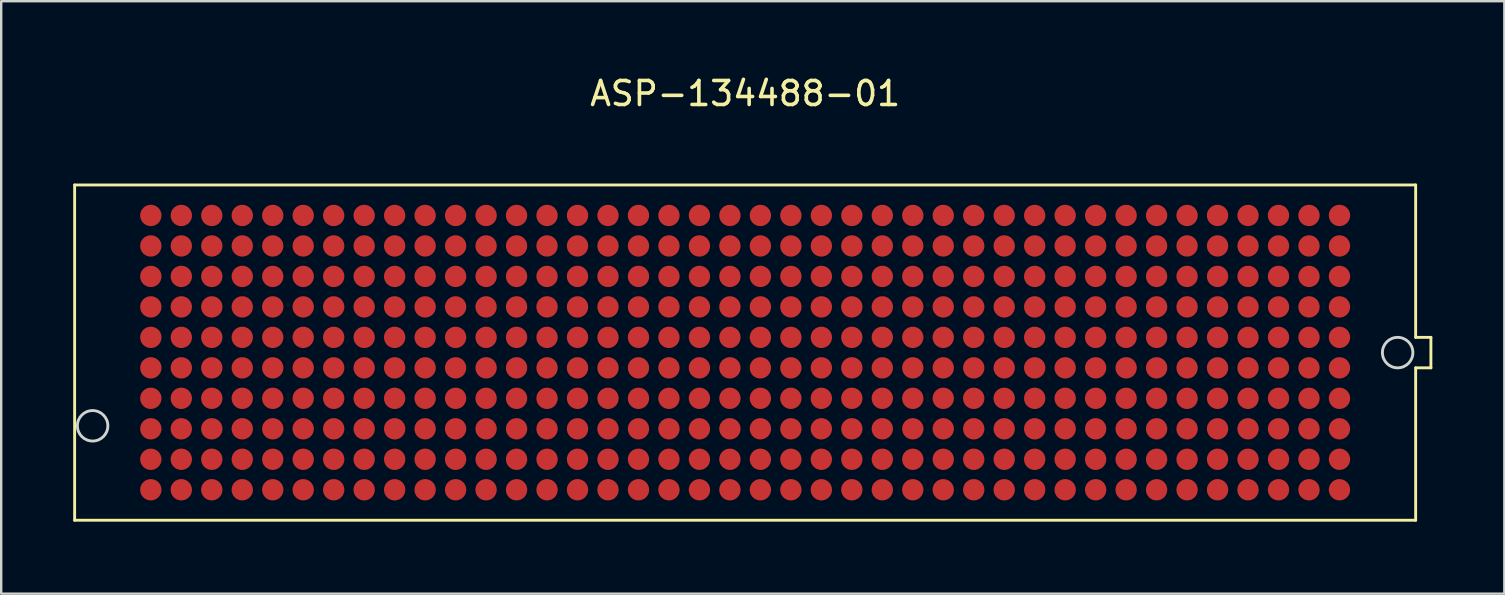
<source format=kicad_pcb>
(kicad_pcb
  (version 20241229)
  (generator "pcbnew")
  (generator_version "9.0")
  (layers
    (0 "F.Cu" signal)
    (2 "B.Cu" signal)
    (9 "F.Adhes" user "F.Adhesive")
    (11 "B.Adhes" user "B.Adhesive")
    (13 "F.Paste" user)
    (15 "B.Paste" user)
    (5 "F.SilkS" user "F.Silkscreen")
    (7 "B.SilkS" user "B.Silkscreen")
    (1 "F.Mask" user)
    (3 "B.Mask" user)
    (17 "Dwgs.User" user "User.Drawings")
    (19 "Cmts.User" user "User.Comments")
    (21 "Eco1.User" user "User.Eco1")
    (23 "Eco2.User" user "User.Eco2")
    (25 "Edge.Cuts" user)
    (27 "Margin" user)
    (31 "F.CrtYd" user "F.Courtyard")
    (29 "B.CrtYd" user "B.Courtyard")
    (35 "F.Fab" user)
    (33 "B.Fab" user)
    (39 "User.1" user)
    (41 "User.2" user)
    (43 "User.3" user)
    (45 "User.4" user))
  (footprint "ASP-134488-01"
    (layer "F.Cu")
    (at 28 11.643)
    (property "Reference" "ASP-134488-01" (at 0 -10.795 0) (layer "F.SilkS") (effects (font (size 1 1) (thickness 0.15))))
    (attr through_hole)
    (fp_line (start -27.94 -6.985) (end -27.94 6.985) (stroke (width 0.12) (type solid)) (layer "F.SilkS"))
    (fp_line (start -27.94 -6.985) (end 27.94 -6.985) (stroke (width 0.12) (type solid)) (layer "F.SilkS"))
    (fp_line (start 27.94 -0.635) (end 27.94 -6.985) (stroke (width 0.12) (type solid)) (layer "F.SilkS"))
    (fp_line (start 27.94 6.985) (end -27.94 6.985) (stroke (width 0.12) (type solid)) (layer "F.SilkS"))
    (fp_line (start 27.94 6.985) (end 27.94 0.635) (stroke (width 0.12) (type solid)) (layer "F.SilkS"))
    (fp_line (start 28.575 -0.635) (end 27.94 -0.635) (stroke (width 0.12) (type solid)) (layer "F.SilkS"))
    (fp_line (start 28.575 0.635) (end 27.94 0.635) (stroke (width 0.12) (type solid)) (layer "F.SilkS"))
    (fp_line (start 28.575 0.635) (end 28.575 -0.635) (stroke (width 0.12) (type solid)) (layer "F.SilkS"))
    (fp_circle (center -27.191 3.05) (end -26.556 3.05) (stroke (width 0.12) (type solid)) (fill no) (layer "Edge.Cuts"))
    (fp_circle (center 27.189 0) (end 27.824 0) (stroke (width 0.12) (type solid)) (fill no) (layer "Edge.Cuts"))
    (pad "A1" smd circle (at 24.765 -5.715) (size 0.89 0.89) (layers "F.Cu" "F.Mask" "F.Paste"))
    (pad "A2" smd circle (at 23.495 -5.715) (size 0.89 0.89) (layers "F.Cu" "F.Mask" "F.Paste"))
    (pad "A3" smd circle (at 22.225 -5.715) (size 0.89 0.89) (layers "F.Cu" "F.Mask" "F.Paste"))
    (pad "A4" smd circle (at 20.955 -5.715) (size 0.89 0.89) (layers "F.Cu" "F.Mask" "F.Paste"))
    (pad "A5" smd circle (at 19.685 -5.715) (size 0.89 0.89) (layers "F.Cu" "F.Mask" "F.Paste"))
    (pad "A6" smd circle (at 18.415 -5.715) (size 0.89 0.89) (layers "F.Cu" "F.Mask" "F.Paste"))
    (pad "A7" smd circle (at 17.145 -5.715) (size 0.89 0.89) (layers "F.Cu" "F.Mask" "F.Paste"))
    (pad "A8" smd circle (at 15.875 -5.715) (size 0.89 0.89) (layers "F.Cu" "F.Mask" "F.Paste"))
    (pad "A9" smd circle (at 14.605 -5.715) (size 0.89 0.89) (layers "F.Cu" "F.Mask" "F.Paste"))
    (pad "A10" smd circle (at 13.335 -5.715) (size 0.89 0.89) (layers "F.Cu" "F.Mask" "F.Paste"))
    (pad "A11" smd circle (at 12.065 -5.715) (size 0.89 0.89) (layers "F.Cu" "F.Mask" "F.Paste"))
    (pad "A12" smd circle (at 10.795 -5.715) (size 0.89 0.89) (layers "F.Cu" "F.Mask" "F.Paste"))
    (pad "A13" smd circle (at 9.525 -5.715) (size 0.89 0.89) (layers "F.Cu" "F.Mask" "F.Paste"))
    (pad "A14" smd circle (at 8.255 -5.715) (size 0.89 0.89) (layers "F.Cu" "F.Mask" "F.Paste"))
    (pad "A15" smd circle (at 6.985 -5.715) (size 0.89 0.89) (layers "F.Cu" "F.Mask" "F.Paste"))
    (pad "A16" smd circle (at 5.715 -5.715) (size 0.89 0.89) (layers "F.Cu" "F.Mask" "F.Paste"))
    (pad "A17" smd circle (at 4.445 -5.715) (size 0.89 0.89) (layers "F.Cu" "F.Mask" "F.Paste"))
    (pad "A18" smd circle (at 3.175 -5.715) (size 0.89 0.89) (layers "F.Cu" "F.Mask" "F.Paste"))
    (pad "A19" smd circle (at 1.905 -5.715) (size 0.89 0.89) (layers "F.Cu" "F.Mask" "F.Paste"))
    (pad "A20" smd circle (at 0.635 -5.715) (size 0.89 0.89) (layers "F.Cu" "F.Mask" "F.Paste"))
    (pad "A21" smd circle (at -0.635 -5.715) (size 0.89 0.89) (layers "F.Cu" "F.Mask" "F.Paste"))
    (pad "A22" smd circle (at -1.905 -5.715) (size 0.89 0.89) (layers "F.Cu" "F.Mask" "F.Paste"))
    (pad "A23" smd circle (at -3.175 -5.715) (size 0.89 0.89) (layers "F.Cu" "F.Mask" "F.Paste"))
    (pad "A24" smd circle (at -4.445 -5.715) (size 0.89 0.89) (layers "F.Cu" "F.Mask" "F.Paste"))
    (pad "A25" smd circle (at -5.715 -5.715) (size 0.89 0.89) (layers "F.Cu" "F.Mask" "F.Paste"))
    (pad "A26" smd circle (at -6.985 -5.715) (size 0.89 0.89) (layers "F.Cu" "F.Mask" "F.Paste"))
    (pad "A27" smd circle (at -8.255 -5.715) (size 0.89 0.89) (layers "F.Cu" "F.Mask" "F.Paste"))
    (pad "A28" smd circle (at -9.525 -5.715) (size 0.89 0.89) (layers "F.Cu" "F.Mask" "F.Paste"))
    (pad "A29" smd circle (at -10.795 -5.715) (size 0.89 0.89) (layers "F.Cu" "F.Mask" "F.Paste"))
    (pad "A30" smd circle (at -12.065 -5.715) (size 0.89 0.89) (layers "F.Cu" "F.Mask" "F.Paste"))
    (pad "A31" smd circle (at -13.335 -5.715) (size 0.89 0.89) (layers "F.Cu" "F.Mask" "F.Paste"))
    (pad "A32" smd circle (at -14.605 -5.715) (size 0.89 0.89) (layers "F.Cu" "F.Mask" "F.Paste"))
    (pad "A33" smd circle (at -15.875 -5.715) (size 0.89 0.89) (layers "F.Cu" "F.Mask" "F.Paste"))
    (pad "A34" smd circle (at -17.145 -5.715) (size 0.89 0.89) (layers "F.Cu" "F.Mask" "F.Paste"))
    (pad "A35" smd circle (at -18.415 -5.715) (size 0.89 0.89) (layers "F.Cu" "F.Mask" "F.Paste"))
    (pad "A36" smd circle (at -19.685 -5.715) (size 0.89 0.89) (layers "F.Cu" "F.Mask" "F.Paste"))
    (pad "A37" smd circle (at -20.955 -5.715) (size 0.89 0.89) (layers "F.Cu" "F.Mask" "F.Paste"))
    (pad "A38" smd circle (at -22.225 -5.715) (size 0.89 0.89) (layers "F.Cu" "F.Mask" "F.Paste"))
    (pad "A39" smd circle (at -23.495 -5.715) (size 0.89 0.89) (layers "F.Cu" "F.Mask" "F.Paste"))
    (pad "A40" smd circle (at -24.765 -5.715) (size 0.89 0.89) (layers "F.Cu" "F.Mask" "F.Paste"))
    (pad "B1" smd circle (at 24.765 -4.445) (size 0.89 0.89) (layers "F.Cu" "F.Mask" "F.Paste"))
    (pad "B2" smd circle (at 23.495 -4.445) (size 0.89 0.89) (layers "F.Cu" "F.Mask" "F.Paste"))
    (pad "B3" smd circle (at 22.225 -4.445) (size 0.89 0.89) (layers "F.Cu" "F.Mask" "F.Paste"))
    (pad "B4" smd circle (at 20.955 -4.445) (size 0.89 0.89) (layers "F.Cu" "F.Mask" "F.Paste"))
    (pad "B5" smd circle (at 19.685 -4.445) (size 0.89 0.89) (layers "F.Cu" "F.Mask" "F.Paste"))
    (pad "B6" smd circle (at 18.415 -4.445) (size 0.89 0.89) (layers "F.Cu" "F.Mask" "F.Paste"))
    (pad "B7" smd circle (at 17.145 -4.445) (size 0.89 0.89) (layers "F.Cu" "F.Mask" "F.Paste"))
    (pad "B8" smd circle (at 15.875 -4.445) (size 0.89 0.89) (layers "F.Cu" "F.Mask" "F.Paste"))
    (pad "B9" smd circle (at 14.605 -4.445) (size 0.89 0.89) (layers "F.Cu" "F.Mask" "F.Paste"))
    (pad "B10" smd circle (at 13.335 -4.445) (size 0.89 0.89) (layers "F.Cu" "F.Mask" "F.Paste"))
    (pad "B11" smd circle (at 12.065 -4.445) (size 0.89 0.89) (layers "F.Cu" "F.Mask" "F.Paste"))
    (pad "B12" smd circle (at 10.795 -4.445) (size 0.89 0.89) (layers "F.Cu" "F.Mask" "F.Paste"))
    (pad "B13" smd circle (at 9.525 -4.445) (size 0.89 0.89) (layers "F.Cu" "F.Mask" "F.Paste"))
    (pad "B14" smd circle (at 8.255 -4.445) (size 0.89 0.89) (layers "F.Cu" "F.Mask" "F.Paste"))
    (pad "B15" smd circle (at 6.985 -4.445) (size 0.89 0.89) (layers "F.Cu" "F.Mask" "F.Paste"))
    (pad "B16" smd circle (at 5.715 -4.445) (size 0.89 0.89) (layers "F.Cu" "F.Mask" "F.Paste"))
    (pad "B17" smd circle (at 4.445 -4.445) (size 0.89 0.89) (layers "F.Cu" "F.Mask" "F.Paste"))
    (pad "B18" smd circle (at 3.175 -4.445) (size 0.89 0.89) (layers "F.Cu" "F.Mask" "F.Paste"))
    (pad "B19" smd circle (at 1.905 -4.445) (size 0.89 0.89) (layers "F.Cu" "F.Mask" "F.Paste"))
    (pad "B20" smd circle (at 0.635 -4.445) (size 0.89 0.89) (layers "F.Cu" "F.Mask" "F.Paste"))
    (pad "B21" smd circle (at -0.635 -4.445) (size 0.89 0.89) (layers "F.Cu" "F.Mask" "F.Paste"))
    (pad "B22" smd circle (at -1.905 -4.445) (size 0.89 0.89) (layers "F.Cu" "F.Mask" "F.Paste"))
    (pad "B23" smd circle (at -3.175 -4.445) (size 0.89 0.89) (layers "F.Cu" "F.Mask" "F.Paste"))
    (pad "B24" smd circle (at -4.445 -4.445) (size 0.89 0.89) (layers "F.Cu" "F.Mask" "F.Paste"))
    (pad "B25" smd circle (at -5.715 -4.445) (size 0.89 0.89) (layers "F.Cu" "F.Mask" "F.Paste"))
    (pad "B26" smd circle (at -6.985 -4.445) (size 0.89 0.89) (layers "F.Cu" "F.Mask" "F.Paste"))
    (pad "B27" smd circle (at -8.255 -4.445) (size 0.89 0.89) (layers "F.Cu" "F.Mask" "F.Paste"))
    (pad "B28" smd circle (at -9.525 -4.445) (size 0.89 0.89) (layers "F.Cu" "F.Mask" "F.Paste"))
    (pad "B29" smd circle (at -10.795 -4.445) (size 0.89 0.89) (layers "F.Cu" "F.Mask" "F.Paste"))
    (pad "B30" smd circle (at -12.065 -4.445) (size 0.89 0.89) (layers "F.Cu" "F.Mask" "F.Paste"))
    (pad "B31" smd circle (at -13.335 -4.445) (size 0.89 0.89) (layers "F.Cu" "F.Mask" "F.Paste"))
    (pad "B32" smd circle (at -14.605 -4.445) (size 0.89 0.89) (layers "F.Cu" "F.Mask" "F.Paste"))
    (pad "B33" smd circle (at -15.875 -4.445) (size 0.89 0.89) (layers "F.Cu" "F.Mask" "F.Paste"))
    (pad "B34" smd circle (at -17.145 -4.445) (size 0.89 0.89) (layers "F.Cu" "F.Mask" "F.Paste"))
    (pad "B35" smd circle (at -18.415 -4.445) (size 0.89 0.89) (layers "F.Cu" "F.Mask" "F.Paste"))
    (pad "B36" smd circle (at -19.685 -4.445) (size 0.89 0.89) (layers "F.Cu" "F.Mask" "F.Paste"))
    (pad "B37" smd circle (at -20.955 -4.445) (size 0.89 0.89) (layers "F.Cu" "F.Mask" "F.Paste"))
    (pad "B38" smd circle (at -22.225 -4.445) (size 0.89 0.89) (layers "F.Cu" "F.Mask" "F.Paste"))
    (pad "B39" smd circle (at -23.495 -4.445) (size 0.89 0.89) (layers "F.Cu" "F.Mask" "F.Paste"))
    (pad "B40" smd circle (at -24.765 -4.445) (size 0.89 0.89) (layers "F.Cu" "F.Mask" "F.Paste"))
    (pad "C1" smd circle (at 24.765 -3.175) (size 0.89 0.89) (layers "F.Cu" "F.Mask" "F.Paste"))
    (pad "C2" smd circle (at 23.495 -3.175) (size 0.89 0.89) (layers "F.Cu" "F.Mask" "F.Paste"))
    (pad "C3" smd circle (at 22.225 -3.175) (size 0.89 0.89) (layers "F.Cu" "F.Mask" "F.Paste"))
    (pad "C4" smd circle (at 20.955 -3.175) (size 0.89 0.89) (layers "F.Cu" "F.Mask" "F.Paste"))
    (pad "C5" smd circle (at 19.685 -3.175) (size 0.89 0.89) (layers "F.Cu" "F.Mask" "F.Paste"))
    (pad "C6" smd circle (at 18.415 -3.175) (size 0.89 0.89) (layers "F.Cu" "F.Mask" "F.Paste"))
    (pad "C7" smd circle (at 17.145 -3.175) (size 0.89 0.89) (layers "F.Cu" "F.Mask" "F.Paste"))
    (pad "C8" smd circle (at 15.875 -3.175) (size 0.89 0.89) (layers "F.Cu" "F.Mask" "F.Paste"))
    (pad "C9" smd circle (at 14.605 -3.175) (size 0.89 0.89) (layers "F.Cu" "F.Mask" "F.Paste"))
    (pad "C10" smd circle (at 13.335 -3.175) (size 0.89 0.89) (layers "F.Cu" "F.Mask" "F.Paste"))
    (pad "C11" smd circle (at 12.065 -3.175) (size 0.89 0.89) (layers "F.Cu" "F.Mask" "F.Paste"))
    (pad "C12" smd circle (at 10.795 -3.175) (size 0.89 0.89) (layers "F.Cu" "F.Mask" "F.Paste"))
    (pad "C13" smd circle (at 9.525 -3.175) (size 0.89 0.89) (layers "F.Cu" "F.Mask" "F.Paste"))
    (pad "C14" smd circle (at 8.255 -3.175) (size 0.89 0.89) (layers "F.Cu" "F.Mask" "F.Paste"))
    (pad "C15" smd circle (at 6.985 -3.175) (size 0.89 0.89) (layers "F.Cu" "F.Mask" "F.Paste"))
    (pad "C16" smd circle (at 5.715 -3.175) (size 0.89 0.89) (layers "F.Cu" "F.Mask" "F.Paste"))
    (pad "C17" smd circle (at 4.445 -3.175) (size 0.89 0.89) (layers "F.Cu" "F.Mask" "F.Paste"))
    (pad "C18" smd circle (at 3.175 -3.175) (size 0.89 0.89) (layers "F.Cu" "F.Mask" "F.Paste"))
    (pad "C19" smd circle (at 1.905 -3.175) (size 0.89 0.89) (layers "F.Cu" "F.Mask" "F.Paste"))
    (pad "C20" smd circle (at 0.635 -3.175) (size 0.89 0.89) (layers "F.Cu" "F.Mask" "F.Paste"))
    (pad "C21" smd circle (at -0.635 -3.175) (size 0.89 0.89) (layers "F.Cu" "F.Mask" "F.Paste"))
    (pad "C22" smd circle (at -1.905 -3.175) (size 0.89 0.89) (layers "F.Cu" "F.Mask" "F.Paste"))
    (pad "C23" smd circle (at -3.175 -3.175) (size 0.89 0.89) (layers "F.Cu" "F.Mask" "F.Paste"))
    (pad "C24" smd circle (at -4.445 -3.175) (size 0.89 0.89) (layers "F.Cu" "F.Mask" "F.Paste"))
    (pad "C25" smd circle (at -5.715 -3.175) (size 0.89 0.89) (layers "F.Cu" "F.Mask" "F.Paste"))
    (pad "C26" smd circle (at -6.985 -3.175) (size 0.89 0.89) (layers "F.Cu" "F.Mask" "F.Paste"))
    (pad "C27" smd circle (at -8.255 -3.175) (size 0.89 0.89) (layers "F.Cu" "F.Mask" "F.Paste"))
    (pad "C28" smd circle (at -9.525 -3.175) (size 0.89 0.89) (layers "F.Cu" "F.Mask" "F.Paste"))
    (pad "C29" smd circle (at -10.795 -3.175) (size 0.89 0.89) (layers "F.Cu" "F.Mask" "F.Paste"))
    (pad "C30" smd circle (at -12.065 -3.175) (size 0.89 0.89) (layers "F.Cu" "F.Mask" "F.Paste"))
    (pad "C31" smd circle (at -13.335 -3.175) (size 0.89 0.89) (layers "F.Cu" "F.Mask" "F.Paste"))
    (pad "C32" smd circle (at -14.605 -3.175) (size 0.89 0.89) (layers "F.Cu" "F.Mask" "F.Paste"))
    (pad "C33" smd circle (at -15.875 -3.175) (size 0.89 0.89) (layers "F.Cu" "F.Mask" "F.Paste"))
    (pad "C34" smd circle (at -17.145 -3.175) (size 0.89 0.89) (layers "F.Cu" "F.Mask" "F.Paste"))
    (pad "C35" smd circle (at -18.415 -3.175) (size 0.89 0.89) (layers "F.Cu" "F.Mask" "F.Paste"))
    (pad "C36" smd circle (at -19.685 -3.175) (size 0.89 0.89) (layers "F.Cu" "F.Mask" "F.Paste"))
    (pad "C37" smd circle (at -20.955 -3.175) (size 0.89 0.89) (layers "F.Cu" "F.Mask" "F.Paste"))
    (pad "C38" smd circle (at -22.225 -3.175) (size 0.89 0.89) (layers "F.Cu" "F.Mask" "F.Paste"))
    (pad "C39" smd circle (at -23.495 -3.175) (size 0.89 0.89) (layers "F.Cu" "F.Mask" "F.Paste"))
    (pad "C40" smd circle (at -24.765 -3.175) (size 0.89 0.89) (layers "F.Cu" "F.Mask" "F.Paste"))
    (pad "D1" smd circle (at 24.765 -1.905) (size 0.89 0.89) (layers "F.Cu" "F.Mask" "F.Paste"))
    (pad "D2" smd circle (at 23.495 -1.905) (size 0.89 0.89) (layers "F.Cu" "F.Mask" "F.Paste"))
    (pad "D3" smd circle (at 22.225 -1.905) (size 0.89 0.89) (layers "F.Cu" "F.Mask" "F.Paste"))
    (pad "D4" smd circle (at 20.955 -1.905) (size 0.89 0.89) (layers "F.Cu" "F.Mask" "F.Paste"))
    (pad "D5" smd circle (at 19.685 -1.905) (size 0.89 0.89) (layers "F.Cu" "F.Mask" "F.Paste"))
    (pad "D6" smd circle (at 18.415 -1.905) (size 0.89 0.89) (layers "F.Cu" "F.Mask" "F.Paste"))
    (pad "D7" smd circle (at 17.145 -1.905) (size 0.89 0.89) (layers "F.Cu" "F.Mask" "F.Paste"))
    (pad "D8" smd circle (at 15.875 -1.905) (size 0.89 0.89) (layers "F.Cu" "F.Mask" "F.Paste"))
    (pad "D9" smd circle (at 14.605 -1.905) (size 0.89 0.89) (layers "F.Cu" "F.Mask" "F.Paste"))
    (pad "D10" smd circle (at 13.335 -1.905) (size 0.89 0.89) (layers "F.Cu" "F.Mask" "F.Paste"))
    (pad "D11" smd circle (at 12.065 -1.905) (size 0.89 0.89) (layers "F.Cu" "F.Mask" "F.Paste"))
    (pad "D12" smd circle (at 10.795 -1.905) (size 0.89 0.89) (layers "F.Cu" "F.Mask" "F.Paste"))
    (pad "D13" smd circle (at 9.525 -1.905) (size 0.89 0.89) (layers "F.Cu" "F.Mask" "F.Paste"))
    (pad "D14" smd circle (at 8.255 -1.905) (size 0.89 0.89) (layers "F.Cu" "F.Mask" "F.Paste"))
    (pad "D15" smd circle (at 6.985 -1.905) (size 0.89 0.89) (layers "F.Cu" "F.Mask" "F.Paste"))
    (pad "D16" smd circle (at 5.715 -1.905) (size 0.89 0.89) (layers "F.Cu" "F.Mask" "F.Paste"))
    (pad "D17" smd circle (at 4.445 -1.905) (size 0.89 0.89) (layers "F.Cu" "F.Mask" "F.Paste"))
    (pad "D18" smd circle (at 3.175 -1.905) (size 0.89 0.89) (layers "F.Cu" "F.Mask" "F.Paste"))
    (pad "D19" smd circle (at 1.905 -1.905) (size 0.89 0.89) (layers "F.Cu" "F.Mask" "F.Paste"))
    (pad "D20" smd circle (at 0.635 -1.905) (size 0.89 0.89) (layers "F.Cu" "F.Mask" "F.Paste"))
    (pad "D21" smd circle (at -0.635 -1.905) (size 0.89 0.89) (layers "F.Cu" "F.Mask" "F.Paste"))
    (pad "D22" smd circle (at -1.905 -1.905) (size 0.89 0.89) (layers "F.Cu" "F.Mask" "F.Paste"))
    (pad "D23" smd circle (at -3.175 -1.905) (size 0.89 0.89) (layers "F.Cu" "F.Mask" "F.Paste"))
    (pad "D24" smd circle (at -4.445 -1.905) (size 0.89 0.89) (layers "F.Cu" "F.Mask" "F.Paste"))
    (pad "D25" smd circle (at -5.715 -1.905) (size 0.89 0.89) (layers "F.Cu" "F.Mask" "F.Paste"))
    (pad "D26" smd circle (at -6.985 -1.905) (size 0.89 0.89) (layers "F.Cu" "F.Mask" "F.Paste"))
    (pad "D27" smd circle (at -8.255 -1.905) (size 0.89 0.89) (layers "F.Cu" "F.Mask" "F.Paste"))
    (pad "D28" smd circle (at -9.525 -1.905) (size 0.89 0.89) (layers "F.Cu" "F.Mask" "F.Paste"))
    (pad "D29" smd circle (at -10.795 -1.905) (size 0.89 0.89) (layers "F.Cu" "F.Mask" "F.Paste"))
    (pad "D30" smd circle (at -12.065 -1.905) (size 0.89 0.89) (layers "F.Cu" "F.Mask" "F.Paste"))
    (pad "D31" smd circle (at -13.335 -1.905) (size 0.89 0.89) (layers "F.Cu" "F.Mask" "F.Paste"))
    (pad "D32" smd circle (at -14.605 -1.905) (size 0.89 0.89) (layers "F.Cu" "F.Mask" "F.Paste"))
    (pad "D33" smd circle (at -15.875 -1.905) (size 0.89 0.89) (layers "F.Cu" "F.Mask" "F.Paste"))
    (pad "D34" smd circle (at -17.145 -1.905) (size 0.89 0.89) (layers "F.Cu" "F.Mask" "F.Paste"))
    (pad "D35" smd circle (at -18.415 -1.905) (size 0.89 0.89) (layers "F.Cu" "F.Mask" "F.Paste"))
    (pad "D36" smd circle (at -19.685 -1.905) (size 0.89 0.89) (layers "F.Cu" "F.Mask" "F.Paste"))
    (pad "D37" smd circle (at -20.955 -1.905) (size 0.89 0.89) (layers "F.Cu" "F.Mask" "F.Paste"))
    (pad "D38" smd circle (at -22.225 -1.905) (size 0.89 0.89) (layers "F.Cu" "F.Mask" "F.Paste"))
    (pad "D39" smd circle (at -23.495 -1.905) (size 0.89 0.89) (layers "F.Cu" "F.Mask" "F.Paste"))
    (pad "D40" smd circle (at -24.765 -1.905) (size 0.89 0.89) (layers "F.Cu" "F.Mask" "F.Paste"))
    (pad "E1" smd circle (at 24.765 -0.635) (size 0.89 0.89) (layers "F.Cu" "F.Mask" "F.Paste"))
    (pad "E2" smd circle (at 23.495 -0.635) (size 0.89 0.89) (layers "F.Cu" "F.Mask" "F.Paste"))
    (pad "E3" smd circle (at 22.225 -0.635) (size 0.89 0.89) (layers "F.Cu" "F.Mask" "F.Paste"))
    (pad "E4" smd circle (at 20.955 -0.635) (size 0.89 0.89) (layers "F.Cu" "F.Mask" "F.Paste"))
    (pad "E5" smd circle (at 19.685 -0.635) (size 0.89 0.89) (layers "F.Cu" "F.Mask" "F.Paste"))
    (pad "E6" smd circle (at 18.415 -0.635) (size 0.89 0.89) (layers "F.Cu" "F.Mask" "F.Paste"))
    (pad "E7" smd circle (at 17.145 -0.635) (size 0.89 0.89) (layers "F.Cu" "F.Mask" "F.Paste"))
    (pad "E8" smd circle (at 15.875 -0.635) (size 0.89 0.89) (layers "F.Cu" "F.Mask" "F.Paste"))
    (pad "E9" smd circle (at 14.605 -0.635) (size 0.89 0.89) (layers "F.Cu" "F.Mask" "F.Paste"))
    (pad "E10" smd circle (at 13.335 -0.635) (size 0.89 0.89) (layers "F.Cu" "F.Mask" "F.Paste"))
    (pad "E11" smd circle (at 12.065 -0.635) (size 0.89 0.89) (layers "F.Cu" "F.Mask" "F.Paste"))
    (pad "E12" smd circle (at 10.795 -0.635) (size 0.89 0.89) (layers "F.Cu" "F.Mask" "F.Paste"))
    (pad "E13" smd circle (at 9.525 -0.635) (size 0.89 0.89) (layers "F.Cu" "F.Mask" "F.Paste"))
    (pad "E14" smd circle (at 8.255 -0.635) (size 0.89 0.89) (layers "F.Cu" "F.Mask" "F.Paste"))
    (pad "E15" smd circle (at 6.985 -0.635) (size 0.89 0.89) (layers "F.Cu" "F.Mask" "F.Paste"))
    (pad "E16" smd circle (at 5.715 -0.635) (size 0.89 0.89) (layers "F.Cu" "F.Mask" "F.Paste"))
    (pad "E17" smd circle (at 4.445 -0.635) (size 0.89 0.89) (layers "F.Cu" "F.Mask" "F.Paste"))
    (pad "E18" smd circle (at 3.175 -0.635) (size 0.89 0.89) (layers "F.Cu" "F.Mask" "F.Paste"))
    (pad "E19" smd circle (at 1.905 -0.635) (size 0.89 0.89) (layers "F.Cu" "F.Mask" "F.Paste"))
    (pad "E20" smd circle (at 0.635 -0.635) (size 0.89 0.89) (layers "F.Cu" "F.Mask" "F.Paste"))
    (pad "E21" smd circle (at -0.635 -0.635) (size 0.89 0.89) (layers "F.Cu" "F.Mask" "F.Paste"))
    (pad "E22" smd circle (at -1.905 -0.635) (size 0.89 0.89) (layers "F.Cu" "F.Mask" "F.Paste"))
    (pad "E23" smd circle (at -3.175 -0.635) (size 0.89 0.89) (layers "F.Cu" "F.Mask" "F.Paste"))
    (pad "E24" smd circle (at -4.445 -0.635) (size 0.89 0.89) (layers "F.Cu" "F.Mask" "F.Paste"))
    (pad "E25" smd circle (at -5.715 -0.635) (size 0.89 0.89) (layers "F.Cu" "F.Mask" "F.Paste"))
    (pad "E26" smd circle (at -6.985 -0.635) (size 0.89 0.89) (layers "F.Cu" "F.Mask" "F.Paste"))
    (pad "E27" smd circle (at -8.255 -0.635) (size 0.89 0.89) (layers "F.Cu" "F.Mask" "F.Paste"))
    (pad "E28" smd circle (at -9.525 -0.635) (size 0.89 0.89) (layers "F.Cu" "F.Mask" "F.Paste"))
    (pad "E29" smd circle (at -10.795 -0.635) (size 0.89 0.89) (layers "F.Cu" "F.Mask" "F.Paste"))
    (pad "E30" smd circle (at -12.065 -0.635) (size 0.89 0.89) (layers "F.Cu" "F.Mask" "F.Paste"))
    (pad "E31" smd circle (at -13.335 -0.635) (size 0.89 0.89) (layers "F.Cu" "F.Mask" "F.Paste"))
    (pad "E32" smd circle (at -14.605 -0.635) (size 0.89 0.89) (layers "F.Cu" "F.Mask" "F.Paste"))
    (pad "E33" smd circle (at -15.875 -0.635) (size 0.89 0.89) (layers "F.Cu" "F.Mask" "F.Paste"))
    (pad "E34" smd circle (at -17.145 -0.635) (size 0.89 0.89) (layers "F.Cu" "F.Mask" "F.Paste"))
    (pad "E35" smd circle (at -18.415 -0.635) (size 0.89 0.89) (layers "F.Cu" "F.Mask" "F.Paste"))
    (pad "E36" smd circle (at -19.685 -0.635) (size 0.89 0.89) (layers "F.Cu" "F.Mask" "F.Paste"))
    (pad "E37" smd circle (at -20.955 -0.635) (size 0.89 0.89) (layers "F.Cu" "F.Mask" "F.Paste"))
    (pad "E38" smd circle (at -22.225 -0.635) (size 0.89 0.89) (layers "F.Cu" "F.Mask" "F.Paste"))
    (pad "E39" smd circle (at -23.495 -0.635) (size 0.89 0.89) (layers "F.Cu" "F.Mask" "F.Paste"))
    (pad "E40" smd circle (at -24.765 -0.635) (size 0.89 0.89) (layers "F.Cu" "F.Mask" "F.Paste"))
    (pad "F1" smd circle (at 24.765 0.635) (size 0.89 0.89) (layers "F.Cu" "F.Mask" "F.Paste"))
    (pad "F2" smd circle (at 23.495 0.635) (size 0.89 0.89) (layers "F.Cu" "F.Mask" "F.Paste"))
    (pad "F3" smd circle (at 22.225 0.635) (size 0.89 0.89) (layers "F.Cu" "F.Mask" "F.Paste"))
    (pad "F4" smd circle (at 20.955 0.635) (size 0.89 0.89) (layers "F.Cu" "F.Mask" "F.Paste"))
    (pad "F5" smd circle (at 19.685 0.635) (size 0.89 0.89) (layers "F.Cu" "F.Mask" "F.Paste"))
    (pad "F6" smd circle (at 18.415 0.635) (size 0.89 0.89) (layers "F.Cu" "F.Mask" "F.Paste"))
    (pad "F7" smd circle (at 17.145 0.635) (size 0.89 0.89) (layers "F.Cu" "F.Mask" "F.Paste"))
    (pad "F8" smd circle (at 15.875 0.635) (size 0.89 0.89) (layers "F.Cu" "F.Mask" "F.Paste"))
    (pad "F9" smd circle (at 14.605 0.635) (size 0.89 0.89) (layers "F.Cu" "F.Mask" "F.Paste"))
    (pad "F10" smd circle (at 13.335 0.635) (size 0.89 0.89) (layers "F.Cu" "F.Mask" "F.Paste"))
    (pad "F11" smd circle (at 12.065 0.635) (size 0.89 0.89) (layers "F.Cu" "F.Mask" "F.Paste"))
    (pad "F12" smd circle (at 10.795 0.635) (size 0.89 0.89) (layers "F.Cu" "F.Mask" "F.Paste"))
    (pad "F13" smd circle (at 9.525 0.635) (size 0.89 0.89) (layers "F.Cu" "F.Mask" "F.Paste"))
    (pad "F14" smd circle (at 8.255 0.635) (size 0.89 0.89) (layers "F.Cu" "F.Mask" "F.Paste"))
    (pad "F15" smd circle (at 6.985 0.635) (size 0.89 0.89) (layers "F.Cu" "F.Mask" "F.Paste"))
    (pad "F16" smd circle (at 5.715 0.635) (size 0.89 0.89) (layers "F.Cu" "F.Mask" "F.Paste"))
    (pad "F17" smd circle (at 4.445 0.635) (size 0.89 0.89) (layers "F.Cu" "F.Mask" "F.Paste"))
    (pad "F18" smd circle (at 3.175 0.635) (size 0.89 0.89) (layers "F.Cu" "F.Mask" "F.Paste"))
    (pad "F19" smd circle (at 1.905 0.635) (size 0.89 0.89) (layers "F.Cu" "F.Mask" "F.Paste"))
    (pad "F20" smd circle (at 0.635 0.635) (size 0.89 0.89) (layers "F.Cu" "F.Mask" "F.Paste"))
    (pad "F21" smd circle (at -0.635 0.635) (size 0.89 0.89) (layers "F.Cu" "F.Mask" "F.Paste"))
    (pad "F22" smd circle (at -1.905 0.635) (size 0.89 0.89) (layers "F.Cu" "F.Mask" "F.Paste"))
    (pad "F23" smd circle (at -3.175 0.635) (size 0.89 0.89) (layers "F.Cu" "F.Mask" "F.Paste"))
    (pad "F24" smd circle (at -4.445 0.635) (size 0.89 0.89) (layers "F.Cu" "F.Mask" "F.Paste"))
    (pad "F25" smd circle (at -5.715 0.635) (size 0.89 0.89) (layers "F.Cu" "F.Mask" "F.Paste"))
    (pad "F26" smd circle (at -6.985 0.635) (size 0.89 0.89) (layers "F.Cu" "F.Mask" "F.Paste"))
    (pad "F27" smd circle (at -8.255 0.635) (size 0.89 0.89) (layers "F.Cu" "F.Mask" "F.Paste"))
    (pad "F28" smd circle (at -9.525 0.635) (size 0.89 0.89) (layers "F.Cu" "F.Mask" "F.Paste"))
    (pad "F29" smd circle (at -10.795 0.635) (size 0.89 0.89) (layers "F.Cu" "F.Mask" "F.Paste"))
    (pad "F30" smd circle (at -12.065 0.635) (size 0.89 0.89) (layers "F.Cu" "F.Mask" "F.Paste"))
    (pad "F31" smd circle (at -13.335 0.635) (size 0.89 0.89) (layers "F.Cu" "F.Mask" "F.Paste"))
    (pad "F32" smd circle (at -14.605 0.635) (size 0.89 0.89) (layers "F.Cu" "F.Mask" "F.Paste"))
    (pad "F33" smd circle (at -15.875 0.635) (size 0.89 0.89) (layers "F.Cu" "F.Mask" "F.Paste"))
    (pad "F34" smd circle (at -17.145 0.635) (size 0.89 0.89) (layers "F.Cu" "F.Mask" "F.Paste"))
    (pad "F35" smd circle (at -18.415 0.635) (size 0.89 0.89) (layers "F.Cu" "F.Mask" "F.Paste"))
    (pad "F36" smd circle (at -19.685 0.635) (size 0.89 0.89) (layers "F.Cu" "F.Mask" "F.Paste"))
    (pad "F37" smd circle (at -20.955 0.635) (size 0.89 0.89) (layers "F.Cu" "F.Mask" "F.Paste"))
    (pad "F38" smd circle (at -22.225 0.635) (size 0.89 0.89) (layers "F.Cu" "F.Mask" "F.Paste"))
    (pad "F39" smd circle (at -23.495 0.635) (size 0.89 0.89) (layers "F.Cu" "F.Mask" "F.Paste"))
    (pad "F40" smd circle (at -24.765 0.635) (size 0.89 0.89) (layers "F.Cu" "F.Mask" "F.Paste"))
    (pad "G1" smd circle (at 24.765 1.905) (size 0.89 0.89) (layers "F.Cu" "F.Mask" "F.Paste"))
    (pad "G2" smd circle (at 23.495 1.905) (size 0.89 0.89) (layers "F.Cu" "F.Mask" "F.Paste"))
    (pad "G3" smd circle (at 22.225 1.905) (size 0.89 0.89) (layers "F.Cu" "F.Mask" "F.Paste"))
    (pad "G4" smd circle (at 20.955 1.905) (size 0.89 0.89) (layers "F.Cu" "F.Mask" "F.Paste"))
    (pad "G5" smd circle (at 19.685 1.905) (size 0.89 0.89) (layers "F.Cu" "F.Mask" "F.Paste"))
    (pad "G6" smd circle (at 18.415 1.905) (size 0.89 0.89) (layers "F.Cu" "F.Mask" "F.Paste"))
    (pad "G7" smd circle (at 17.145 1.905) (size 0.89 0.89) (layers "F.Cu" "F.Mask" "F.Paste"))
    (pad "G8" smd circle (at 15.875 1.905) (size 0.89 0.89) (layers "F.Cu" "F.Mask" "F.Paste"))
    (pad "G9" smd circle (at 14.605 1.905) (size 0.89 0.89) (layers "F.Cu" "F.Mask" "F.Paste"))
    (pad "G10" smd circle (at 13.335 1.905) (size 0.89 0.89) (layers "F.Cu" "F.Mask" "F.Paste"))
    (pad "G11" smd circle (at 12.065 1.905) (size 0.89 0.89) (layers "F.Cu" "F.Mask" "F.Paste"))
    (pad "G12" smd circle (at 10.795 1.905) (size 0.89 0.89) (layers "F.Cu" "F.Mask" "F.Paste"))
    (pad "G13" smd circle (at 9.525 1.905) (size 0.89 0.89) (layers "F.Cu" "F.Mask" "F.Paste"))
    (pad "G14" smd circle (at 8.255 1.905) (size 0.89 0.89) (layers "F.Cu" "F.Mask" "F.Paste"))
    (pad "G15" smd circle (at 6.985 1.905) (size 0.89 0.89) (layers "F.Cu" "F.Mask" "F.Paste"))
    (pad "G16" smd circle (at 5.715 1.905) (size 0.89 0.89) (layers "F.Cu" "F.Mask" "F.Paste"))
    (pad "G17" smd circle (at 4.445 1.905) (size 0.89 0.89) (layers "F.Cu" "F.Mask" "F.Paste"))
    (pad "G18" smd circle (at 3.175 1.905) (size 0.89 0.89) (layers "F.Cu" "F.Mask" "F.Paste"))
    (pad "G19" smd circle (at 1.905 1.905) (size 0.89 0.89) (layers "F.Cu" "F.Mask" "F.Paste"))
    (pad "G20" smd circle (at 0.635 1.905) (size 0.89 0.89) (layers "F.Cu" "F.Mask" "F.Paste"))
    (pad "G21" smd circle (at -0.635 1.905) (size 0.89 0.89) (layers "F.Cu" "F.Mask" "F.Paste"))
    (pad "G22" smd circle (at -1.905 1.905) (size 0.89 0.89) (layers "F.Cu" "F.Mask" "F.Paste"))
    (pad "G23" smd circle (at -3.175 1.905) (size 0.89 0.89) (layers "F.Cu" "F.Mask" "F.Paste"))
    (pad "G24" smd circle (at -4.445 1.905) (size 0.89 0.89) (layers "F.Cu" "F.Mask" "F.Paste"))
    (pad "G25" smd circle (at -5.715 1.905) (size 0.89 0.89) (layers "F.Cu" "F.Mask" "F.Paste"))
    (pad "G26" smd circle (at -6.985 1.905) (size 0.89 0.89) (layers "F.Cu" "F.Mask" "F.Paste"))
    (pad "G27" smd circle (at -8.255 1.905) (size 0.89 0.89) (layers "F.Cu" "F.Mask" "F.Paste"))
    (pad "G28" smd circle (at -9.525 1.905) (size 0.89 0.89) (layers "F.Cu" "F.Mask" "F.Paste"))
    (pad "G29" smd circle (at -10.795 1.905) (size 0.89 0.89) (layers "F.Cu" "F.Mask" "F.Paste"))
    (pad "G30" smd circle (at -12.065 1.905) (size 0.89 0.89) (layers "F.Cu" "F.Mask" "F.Paste"))
    (pad "G31" smd circle (at -13.335 1.905) (size 0.89 0.89) (layers "F.Cu" "F.Mask" "F.Paste"))
    (pad "G32" smd circle (at -14.605 1.905) (size 0.89 0.89) (layers "F.Cu" "F.Mask" "F.Paste"))
    (pad "G33" smd circle (at -15.875 1.905) (size 0.89 0.89) (layers "F.Cu" "F.Mask" "F.Paste"))
    (pad "G34" smd circle (at -17.145 1.905) (size 0.89 0.89) (layers "F.Cu" "F.Mask" "F.Paste"))
    (pad "G35" smd circle (at -18.415 1.905) (size 0.89 0.89) (layers "F.Cu" "F.Mask" "F.Paste"))
    (pad "G36" smd circle (at -19.685 1.905) (size 0.89 0.89) (layers "F.Cu" "F.Mask" "F.Paste"))
    (pad "G37" smd circle (at -20.955 1.905) (size 0.89 0.89) (layers "F.Cu" "F.Mask" "F.Paste"))
    (pad "G38" smd circle (at -22.225 1.905) (size 0.89 0.89) (layers "F.Cu" "F.Mask" "F.Paste"))
    (pad "G39" smd circle (at -23.495 1.905) (size 0.89 0.89) (layers "F.Cu" "F.Mask" "F.Paste"))
    (pad "G40" smd circle (at -24.765 1.905) (size 0.89 0.89) (layers "F.Cu" "F.Mask" "F.Paste"))
    (pad "H1" smd circle (at 24.765 3.175) (size 0.89 0.89) (layers "F.Cu" "F.Mask" "F.Paste"))
    (pad "H2" smd circle (at 23.495 3.175) (size 0.89 0.89) (layers "F.Cu" "F.Mask" "F.Paste"))
    (pad "H3" smd circle (at 22.225 3.175) (size 0.89 0.89) (layers "F.Cu" "F.Mask" "F.Paste"))
    (pad "H4" smd circle (at 20.955 3.175) (size 0.89 0.89) (layers "F.Cu" "F.Mask" "F.Paste"))
    (pad "H5" smd circle (at 19.685 3.175) (size 0.89 0.89) (layers "F.Cu" "F.Mask" "F.Paste"))
    (pad "H6" smd circle (at 18.415 3.175) (size 0.89 0.89) (layers "F.Cu" "F.Mask" "F.Paste"))
    (pad "H7" smd circle (at 17.145 3.175) (size 0.89 0.89) (layers "F.Cu" "F.Mask" "F.Paste"))
    (pad "H8" smd circle (at 15.875 3.175) (size 0.89 0.89) (layers "F.Cu" "F.Mask" "F.Paste"))
    (pad "H9" smd circle (at 14.605 3.175) (size 0.89 0.89) (layers "F.Cu" "F.Mask" "F.Paste"))
    (pad "H10" smd circle (at 13.335 3.175) (size 0.89 0.89) (layers "F.Cu" "F.Mask" "F.Paste"))
    (pad "H11" smd circle (at 12.065 3.175) (size 0.89 0.89) (layers "F.Cu" "F.Mask" "F.Paste"))
    (pad "H12" smd circle (at 10.795 3.175) (size 0.89 0.89) (layers "F.Cu" "F.Mask" "F.Paste"))
    (pad "H13" smd circle (at 9.525 3.175) (size 0.89 0.89) (layers "F.Cu" "F.Mask" "F.Paste"))
    (pad "H14" smd circle (at 8.255 3.175) (size 0.89 0.89) (layers "F.Cu" "F.Mask" "F.Paste"))
    (pad "H15" smd circle (at 6.985 3.175) (size 0.89 0.89) (layers "F.Cu" "F.Mask" "F.Paste"))
    (pad "H16" smd circle (at 5.715 3.175) (size 0.89 0.89) (layers "F.Cu" "F.Mask" "F.Paste"))
    (pad "H17" smd circle (at 4.445 3.175) (size 0.89 0.89) (layers "F.Cu" "F.Mask" "F.Paste"))
    (pad "H18" smd circle (at 3.175 3.175) (size 0.89 0.89) (layers "F.Cu" "F.Mask" "F.Paste"))
    (pad "H19" smd circle (at 1.905 3.175) (size 0.89 0.89) (layers "F.Cu" "F.Mask" "F.Paste"))
    (pad "H20" smd circle (at 0.635 3.175) (size 0.89 0.89) (layers "F.Cu" "F.Mask" "F.Paste"))
    (pad "H21" smd circle (at -0.635 3.175) (size 0.89 0.89) (layers "F.Cu" "F.Mask" "F.Paste"))
    (pad "H22" smd circle (at -1.905 3.175) (size 0.89 0.89) (layers "F.Cu" "F.Mask" "F.Paste"))
    (pad "H23" smd circle (at -3.175 3.175) (size 0.89 0.89) (layers "F.Cu" "F.Mask" "F.Paste"))
    (pad "H24" smd circle (at -4.445 3.175) (size 0.89 0.89) (layers "F.Cu" "F.Mask" "F.Paste"))
    (pad "H25" smd circle (at -5.715 3.175) (size 0.89 0.89) (layers "F.Cu" "F.Mask" "F.Paste"))
    (pad "H26" smd circle (at -6.985 3.175) (size 0.89 0.89) (layers "F.Cu" "F.Mask" "F.Paste"))
    (pad "H27" smd circle (at -8.255 3.175) (size 0.89 0.89) (layers "F.Cu" "F.Mask" "F.Paste"))
    (pad "H28" smd circle (at -9.525 3.175) (size 0.89 0.89) (layers "F.Cu" "F.Mask" "F.Paste"))
    (pad "H29" smd circle (at -10.795 3.175) (size 0.89 0.89) (layers "F.Cu" "F.Mask" "F.Paste"))
    (pad "H30" smd circle (at -12.065 3.175) (size 0.89 0.89) (layers "F.Cu" "F.Mask" "F.Paste"))
    (pad "H31" smd circle (at -13.335 3.175) (size 0.89 0.89) (layers "F.Cu" "F.Mask" "F.Paste"))
    (pad "H32" smd circle (at -14.605 3.175) (size 0.89 0.89) (layers "F.Cu" "F.Mask" "F.Paste"))
    (pad "H33" smd circle (at -15.875 3.175) (size 0.89 0.89) (layers "F.Cu" "F.Mask" "F.Paste"))
    (pad "H34" smd circle (at -17.145 3.175) (size 0.89 0.89) (layers "F.Cu" "F.Mask" "F.Paste"))
    (pad "H35" smd circle (at -18.415 3.175) (size 0.89 0.89) (layers "F.Cu" "F.Mask" "F.Paste"))
    (pad "H36" smd circle (at -19.685 3.175) (size 0.89 0.89) (layers "F.Cu" "F.Mask" "F.Paste"))
    (pad "H37" smd circle (at -20.955 3.175) (size 0.89 0.89) (layers "F.Cu" "F.Mask" "F.Paste"))
    (pad "H38" smd circle (at -22.225 3.175) (size 0.89 0.89) (layers "F.Cu" "F.Mask" "F.Paste"))
    (pad "H39" smd circle (at -23.495 3.175) (size 0.89 0.89) (layers "F.Cu" "F.Mask" "F.Paste"))
    (pad "H40" smd circle (at -24.765 3.175) (size 0.89 0.89) (layers "F.Cu" "F.Mask" "F.Paste"))
    (pad "J1" smd circle (at 24.765 4.445) (size 0.89 0.89) (layers "F.Cu" "F.Mask" "F.Paste"))
    (pad "J2" smd circle (at 23.495 4.445) (size 0.89 0.89) (layers "F.Cu" "F.Mask" "F.Paste"))
    (pad "J3" smd circle (at 22.225 4.445) (size 0.89 0.89) (layers "F.Cu" "F.Mask" "F.Paste"))
    (pad "J4" smd circle (at 20.955 4.445) (size 0.89 0.89) (layers "F.Cu" "F.Mask" "F.Paste"))
    (pad "J5" smd circle (at 19.685 4.445) (size 0.89 0.89) (layers "F.Cu" "F.Mask" "F.Paste"))
    (pad "J6" smd circle (at 18.415 4.445) (size 0.89 0.89) (layers "F.Cu" "F.Mask" "F.Paste"))
    (pad "J7" smd circle (at 17.145 4.445) (size 0.89 0.89) (layers "F.Cu" "F.Mask" "F.Paste"))
    (pad "J8" smd circle (at 15.875 4.445) (size 0.89 0.89) (layers "F.Cu" "F.Mask" "F.Paste"))
    (pad "J9" smd circle (at 14.605 4.445) (size 0.89 0.89) (layers "F.Cu" "F.Mask" "F.Paste"))
    (pad "J10" smd circle (at 13.335 4.445) (size 0.89 0.89) (layers "F.Cu" "F.Mask" "F.Paste"))
    (pad "J11" smd circle (at 12.065 4.445) (size 0.89 0.89) (layers "F.Cu" "F.Mask" "F.Paste"))
    (pad "J12" smd circle (at 10.795 4.445) (size 0.89 0.89) (layers "F.Cu" "F.Mask" "F.Paste"))
    (pad "J13" smd circle (at 9.525 4.445) (size 0.89 0.89) (layers "F.Cu" "F.Mask" "F.Paste"))
    (pad "J14" smd circle (at 8.255 4.445) (size 0.89 0.89) (layers "F.Cu" "F.Mask" "F.Paste"))
    (pad "J15" smd circle (at 6.985 4.445) (size 0.89 0.89) (layers "F.Cu" "F.Mask" "F.Paste"))
    (pad "J16" smd circle (at 5.715 4.445) (size 0.89 0.89) (layers "F.Cu" "F.Mask" "F.Paste"))
    (pad "J17" smd circle (at 4.445 4.445) (size 0.89 0.89) (layers "F.Cu" "F.Mask" "F.Paste"))
    (pad "J18" smd circle (at 3.175 4.445) (size 0.89 0.89) (layers "F.Cu" "F.Mask" "F.Paste"))
    (pad "J19" smd circle (at 1.905 4.445) (size 0.89 0.89) (layers "F.Cu" "F.Mask" "F.Paste"))
    (pad "J20" smd circle (at 0.635 4.445) (size 0.89 0.89) (layers "F.Cu" "F.Mask" "F.Paste"))
    (pad "J21" smd circle (at -0.635 4.445) (size 0.89 0.89) (layers "F.Cu" "F.Mask" "F.Paste"))
    (pad "J22" smd circle (at -1.905 4.445) (size 0.89 0.89) (layers "F.Cu" "F.Mask" "F.Paste"))
    (pad "J23" smd circle (at -3.175 4.445) (size 0.89 0.89) (layers "F.Cu" "F.Mask" "F.Paste"))
    (pad "J24" smd circle (at -4.445 4.445) (size 0.89 0.89) (layers "F.Cu" "F.Mask" "F.Paste"))
    (pad "J25" smd circle (at -5.715 4.445) (size 0.89 0.89) (layers "F.Cu" "F.Mask" "F.Paste"))
    (pad "J26" smd circle (at -6.985 4.445) (size 0.89 0.89) (layers "F.Cu" "F.Mask" "F.Paste"))
    (pad "J27" smd circle (at -8.255 4.445) (size 0.89 0.89) (layers "F.Cu" "F.Mask" "F.Paste"))
    (pad "J28" smd circle (at -9.525 4.445) (size 0.89 0.89) (layers "F.Cu" "F.Mask" "F.Paste"))
    (pad "J29" smd circle (at -10.795 4.445) (size 0.89 0.89) (layers "F.Cu" "F.Mask" "F.Paste"))
    (pad "J30" smd circle (at -12.065 4.445) (size 0.89 0.89) (layers "F.Cu" "F.Mask" "F.Paste"))
    (pad "J31" smd circle (at -13.335 4.445) (size 0.89 0.89) (layers "F.Cu" "F.Mask" "F.Paste"))
    (pad "J32" smd circle (at -14.605 4.445) (size 0.89 0.89) (layers "F.Cu" "F.Mask" "F.Paste"))
    (pad "J33" smd circle (at -15.875 4.445) (size 0.89 0.89) (layers "F.Cu" "F.Mask" "F.Paste"))
    (pad "J34" smd circle (at -17.145 4.445) (size 0.89 0.89) (layers "F.Cu" "F.Mask" "F.Paste"))
    (pad "J35" smd circle (at -18.415 4.445) (size 0.89 0.89) (layers "F.Cu" "F.Mask" "F.Paste"))
    (pad "J36" smd circle (at -19.685 4.445) (size 0.89 0.89) (layers "F.Cu" "F.Mask" "F.Paste"))
    (pad "J37" smd circle (at -20.955 4.445) (size 0.89 0.89) (layers "F.Cu" "F.Mask" "F.Paste"))
    (pad "J38" smd circle (at -22.225 4.445) (size 0.89 0.89) (layers "F.Cu" "F.Mask" "F.Paste"))
    (pad "J39" smd circle (at -23.495 4.445) (size 0.89 0.89) (layers "F.Cu" "F.Mask" "F.Paste"))
    (pad "J40" smd circle (at -24.765 4.445) (size 0.89 0.89) (layers "F.Cu" "F.Mask" "F.Paste"))
    (pad "K1" smd circle (at 24.765 5.715) (size 0.89 0.89) (layers "F.Cu" "F.Mask" "F.Paste"))
    (pad "K2" smd circle (at 23.495 5.715) (size 0.89 0.89) (layers "F.Cu" "F.Mask" "F.Paste"))
    (pad "K3" smd circle (at 22.225 5.715) (size 0.89 0.89) (layers "F.Cu" "F.Mask" "F.Paste"))
    (pad "K4" smd circle (at 20.955 5.715) (size 0.89 0.89) (layers "F.Cu" "F.Mask" "F.Paste"))
    (pad "K5" smd circle (at 19.685 5.715) (size 0.89 0.89) (layers "F.Cu" "F.Mask" "F.Paste"))
    (pad "K6" smd circle (at 18.415 5.715) (size 0.89 0.89) (layers "F.Cu" "F.Mask" "F.Paste"))
    (pad "K7" smd circle (at 17.145 5.715) (size 0.89 0.89) (layers "F.Cu" "F.Mask" "F.Paste"))
    (pad "K8" smd circle (at 15.875 5.715) (size 0.89 0.89) (layers "F.Cu" "F.Mask" "F.Paste"))
    (pad "K9" smd circle (at 14.605 5.715) (size 0.89 0.89) (layers "F.Cu" "F.Mask" "F.Paste"))
    (pad "K10" smd circle (at 13.335 5.715) (size 0.89 0.89) (layers "F.Cu" "F.Mask" "F.Paste"))
    (pad "K11" smd circle (at 12.065 5.715) (size 0.89 0.89) (layers "F.Cu" "F.Mask" "F.Paste"))
    (pad "K12" smd circle (at 10.795 5.715) (size 0.89 0.89) (layers "F.Cu" "F.Mask" "F.Paste"))
    (pad "K13" smd circle (at 9.525 5.715) (size 0.89 0.89) (layers "F.Cu" "F.Mask" "F.Paste"))
    (pad "K14" smd circle (at 8.255 5.715) (size 0.89 0.89) (layers "F.Cu" "F.Mask" "F.Paste"))
    (pad "K15" smd circle (at 6.985 5.715) (size 0.89 0.89) (layers "F.Cu" "F.Mask" "F.Paste"))
    (pad "K16" smd circle (at 5.715 5.715) (size 0.89 0.89) (layers "F.Cu" "F.Mask" "F.Paste"))
    (pad "K17" smd circle (at 4.445 5.715) (size 0.89 0.89) (layers "F.Cu" "F.Mask" "F.Paste"))
    (pad "K18" smd circle (at 3.175 5.715) (size 0.89 0.89) (layers "F.Cu" "F.Mask" "F.Paste"))
    (pad "K19" smd circle (at 1.905 5.715) (size 0.89 0.89) (layers "F.Cu" "F.Mask" "F.Paste"))
    (pad "K20" smd circle (at 0.635 5.715) (size 0.89 0.89) (layers "F.Cu" "F.Mask" "F.Paste"))
    (pad "K21" smd circle (at -0.635 5.715) (size 0.89 0.89) (layers "F.Cu" "F.Mask" "F.Paste"))
    (pad "K22" smd circle (at -1.905 5.715) (size 0.89 0.89) (layers "F.Cu" "F.Mask" "F.Paste"))
    (pad "K23" smd circle (at -3.175 5.715) (size 0.89 0.89) (layers "F.Cu" "F.Mask" "F.Paste"))
    (pad "K24" smd circle (at -4.445 5.715) (size 0.89 0.89) (layers "F.Cu" "F.Mask" "F.Paste"))
    (pad "K25" smd circle (at -5.715 5.715) (size 0.89 0.89) (layers "F.Cu" "F.Mask" "F.Paste"))
    (pad "K26" smd circle (at -6.985 5.715) (size 0.89 0.89) (layers "F.Cu" "F.Mask" "F.Paste"))
    (pad "K27" smd circle (at -8.255 5.715) (size 0.89 0.89) (layers "F.Cu" "F.Mask" "F.Paste"))
    (pad "K28" smd circle (at -9.525 5.715) (size 0.89 0.89) (layers "F.Cu" "F.Mask" "F.Paste"))
    (pad "K29" smd circle (at -10.795 5.715) (size 0.89 0.89) (layers "F.Cu" "F.Mask" "F.Paste"))
    (pad "K30" smd circle (at -12.065 5.715) (size 0.89 0.89) (layers "F.Cu" "F.Mask" "F.Paste"))
    (pad "K31" smd circle (at -13.335 5.715) (size 0.89 0.89) (layers "F.Cu" "F.Mask" "F.Paste"))
    (pad "K32" smd circle (at -14.605 5.715) (size 0.89 0.89) (layers "F.Cu" "F.Mask" "F.Paste"))
    (pad "K33" smd circle (at -15.875 5.715) (size 0.89 0.89) (layers "F.Cu" "F.Mask" "F.Paste"))
    (pad "K34" smd circle (at -17.145 5.715) (size 0.89 0.89) (layers "F.Cu" "F.Mask" "F.Paste"))
    (pad "K35" smd circle (at -18.415 5.715) (size 0.89 0.89) (layers "F.Cu" "F.Mask" "F.Paste"))
    (pad "K36" smd circle (at -19.685 5.715) (size 0.89 0.89) (layers "F.Cu" "F.Mask" "F.Paste"))
    (pad "K37" smd circle (at -20.955 5.715) (size 0.89 0.89) (layers "F.Cu" "F.Mask" "F.Paste"))
    (pad "K38" smd circle (at -22.225 5.715) (size 0.89 0.89) (layers "F.Cu" "F.Mask" "F.Paste"))
    (pad "K39" smd circle (at -23.495 5.715) (size 0.89 0.89) (layers "F.Cu" "F.Mask" "F.Paste"))
    (pad "K40" smd circle (at -24.765 5.715) (size 0.89 0.89) (layers "F.Cu" "F.Mask" "F.Paste")))
  (gr_rect
    (start -3 -3)
    (end 59.635 21.688)
    (stroke (width 0.1) (type default))
    (fill no)
    (layer "Edge.Cuts")))
</source>
